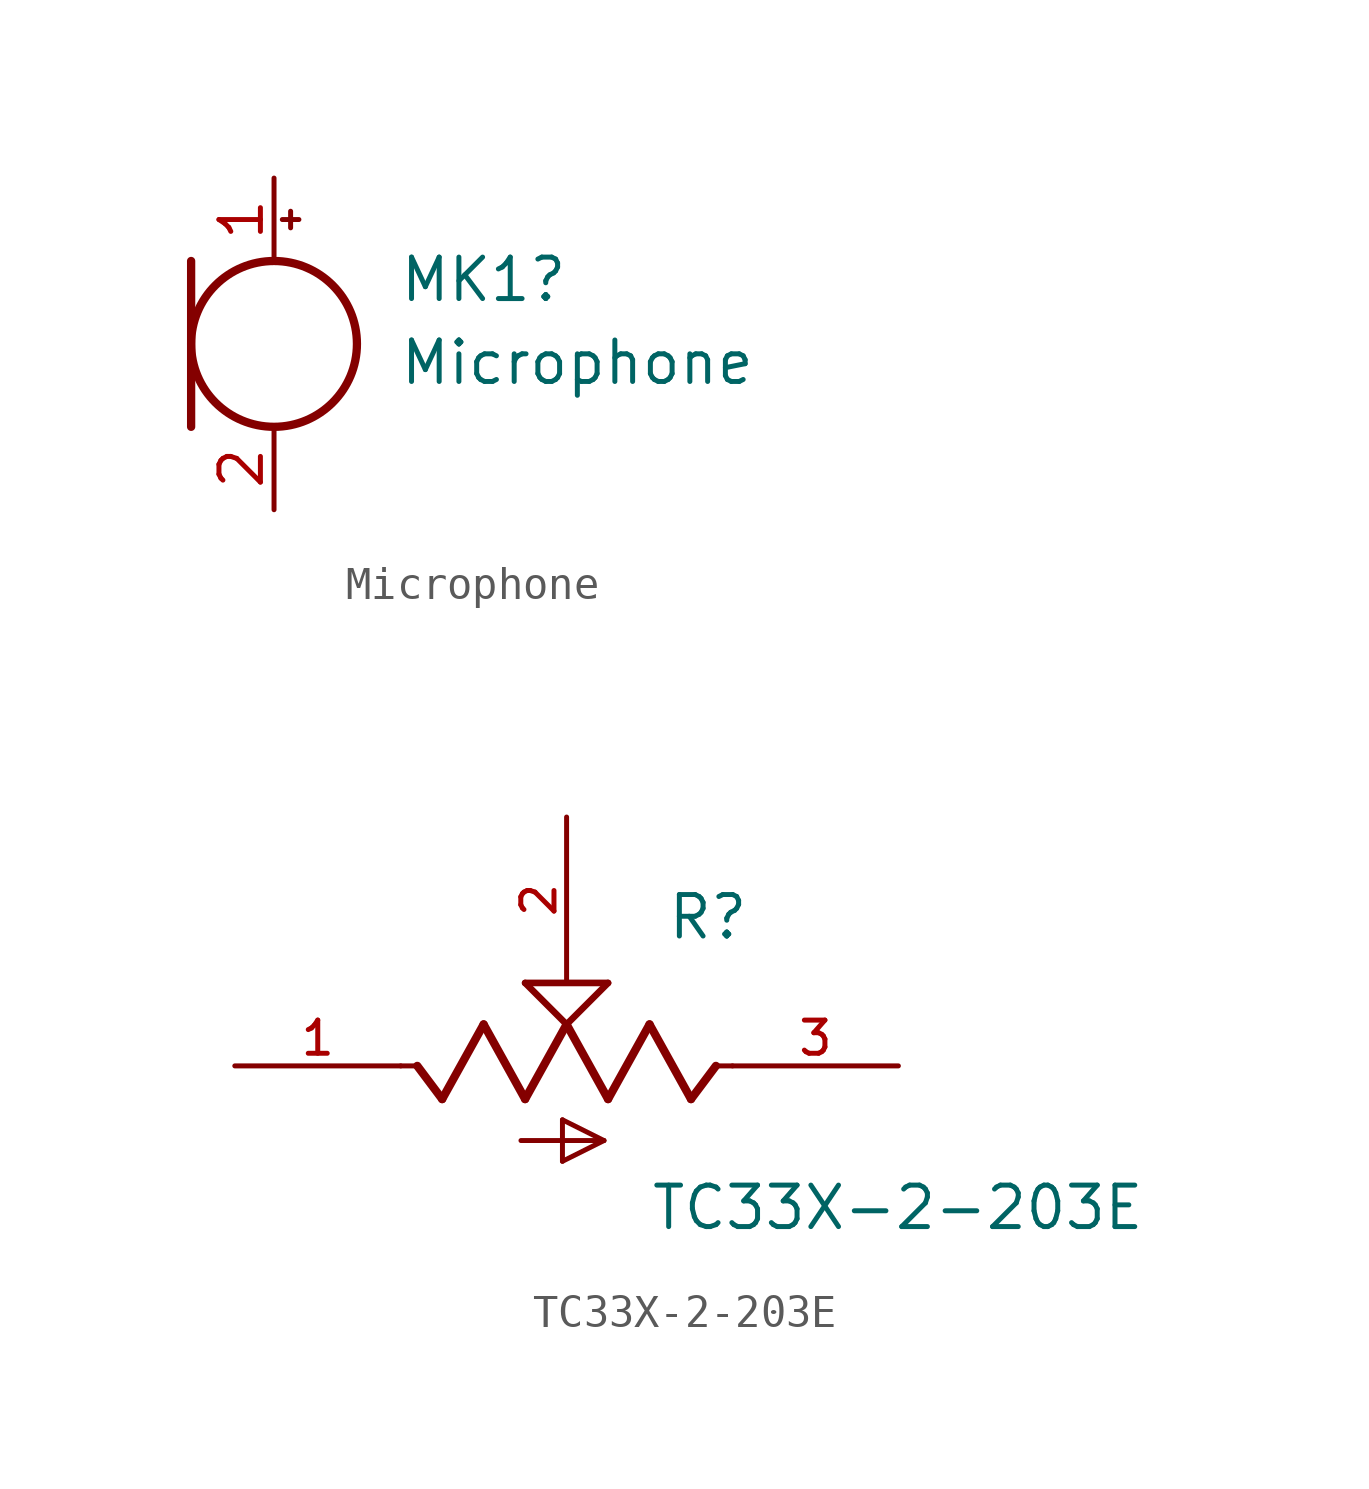
<source format=kicad_sym>
(kicad_symbol_lib
  (version 20241209)
  (generator "kicad_symbol_editor")
  (generator_version "9.0")
  (symbol "Microphone"
    (pin_names
      (offset 0.025)
      (hide yes))
    (property "Reference" "MK1"
      (at 3.81 1.969 0)
      (effects (font (size 1.27 1.27)) (justify left)))
    (property "Value" "Microphone"
      (at 3.81 -0.571 0)
      (effects (font (size 1.27 1.27)) (justify left)))
    (symbol "Microphone_0_1"
      (polyline (pts (xy -2.54 2.54) (xy -2.54 -2.54)) (stroke (width 0.254) (type default)) (fill (type none)))
      (circle (center 0 0) (radius 2.54) (stroke (width 0.254) (type default)) (fill (type none)))
      (polyline (pts (xy 0.254 3.81) (xy 0.762 3.81)) (stroke (width 0) (type default)) (fill (type none)))
      (polyline (pts (xy 0.508 4.064) (xy 0.508 3.556)) (stroke (width 0) (type default)) (fill (type none))))
    (symbol "Microphone_1_1"
      (pin passive line (at 0 5.08 270) (length 2.54) (name "+" (effects (font (size 1.27 1.27)))) (number "1" (effects (font (size 1.27 1.27)))))
      (pin passive line (at 0 -5.08 90) (length 2.54) (name "-" (effects (font (size 1.27 1.27)))) (number "2" (effects (font (size 1.27 1.27)))))))
  (symbol "TC33X-2-203E"
    (pin_names
      (offset 1.016))
    (property "Reference" "R"
      (at 3.051 3.814 0)
      (effects (font (size 1.27 1.27)) (justify left bottom)))
    (property "Value" "TC33X-2-203E"
      (at 2.542 -5.084 0)
      (effects (font (size 1.27 1.27)) (justify left bottom)))
    (symbol "TC33X-2-203E_0_0"
      (polyline (pts (xy -4.572 0) (xy -5.08 0)) (stroke (width 0.152) (type default)) (fill (type none)))
      (polyline (pts (xy -3.81 -1.016) (xy -4.572 0)) (stroke (width 0.254) (type default)) (fill (type none)))
      (polyline (pts (xy -2.54 1.27) (xy -3.81 -1.016)) (stroke (width 0.254) (type default)) (fill (type none)))
      (polyline (pts (xy -1.397 -2.286) (xy 1.143 -2.286)) (stroke (width 0.152) (type default)) (fill (type none)))
      (polyline (pts (xy -1.27 2.54) (xy 1.27 2.54)) (stroke (width 0.203) (type default)) (fill (type none)))
      (polyline (pts (xy -1.27 -1.016) (xy -2.54 1.27)) (stroke (width 0.254) (type default)) (fill (type none)))
      (polyline (pts (xy -0.127 -1.651) (xy 1.143 -2.286)) (stroke (width 0.152) (type default)) (fill (type none)))
      (polyline (pts (xy -0.127 -2.921) (xy -0.127 -1.651)) (stroke (width 0.152) (type default)) (fill (type none)))
      (polyline (pts (xy 0 1.27) (xy -1.27 2.54)) (stroke (width 0.203) (type default)) (fill (type none)))
      (polyline (pts (xy 0 1.27) (xy -1.27 -1.016)) (stroke (width 0.254) (type default)) (fill (type none)))
      (polyline (pts (xy 1.143 -2.286) (xy -0.127 -2.921)) (stroke (width 0.152) (type default)) (fill (type none)))
      (polyline (pts (xy 1.27 2.54) (xy 0 1.27)) (stroke (width 0.203) (type default)) (fill (type none)))
      (polyline (pts (xy 1.27 -1.016) (xy 0 1.27)) (stroke (width 0.254) (type default)) (fill (type none)))
      (polyline (pts (xy 2.54 1.27) (xy 1.27 -1.016)) (stroke (width 0.254) (type default)) (fill (type none)))
      (polyline (pts (xy 3.81 -1.016) (xy 2.54 1.27)) (stroke (width 0.254) (type default)) (fill (type none)))
      (polyline (pts (xy 4.572 0) (xy 3.81 -1.016)) (stroke (width 0.254) (type default)) (fill (type none)))
      (polyline (pts (xy 5.08 0) (xy 4.572 0)) (stroke (width 0.152) (type default)) (fill (type none)))
      (pin passive line (at -10.16 0 0) (length 5.08) (name "~" (effects (font (size 1.016 1.016)))) (number "1" (effects (font (size 1.016 1.016)))))
      (pin passive line (at 0 7.62 270) (length 5.08) (name "~" (effects (font (size 1.016 1.016)))) (number "2" (effects (font (size 1.016 1.016)))))
      (pin passive line (at 10.16 0 180) (length 5.08) (name "~" (effects (font (size 1.016 1.016)))) (number "3" (effects (font (size 1.016 1.016))))))))
</source>
